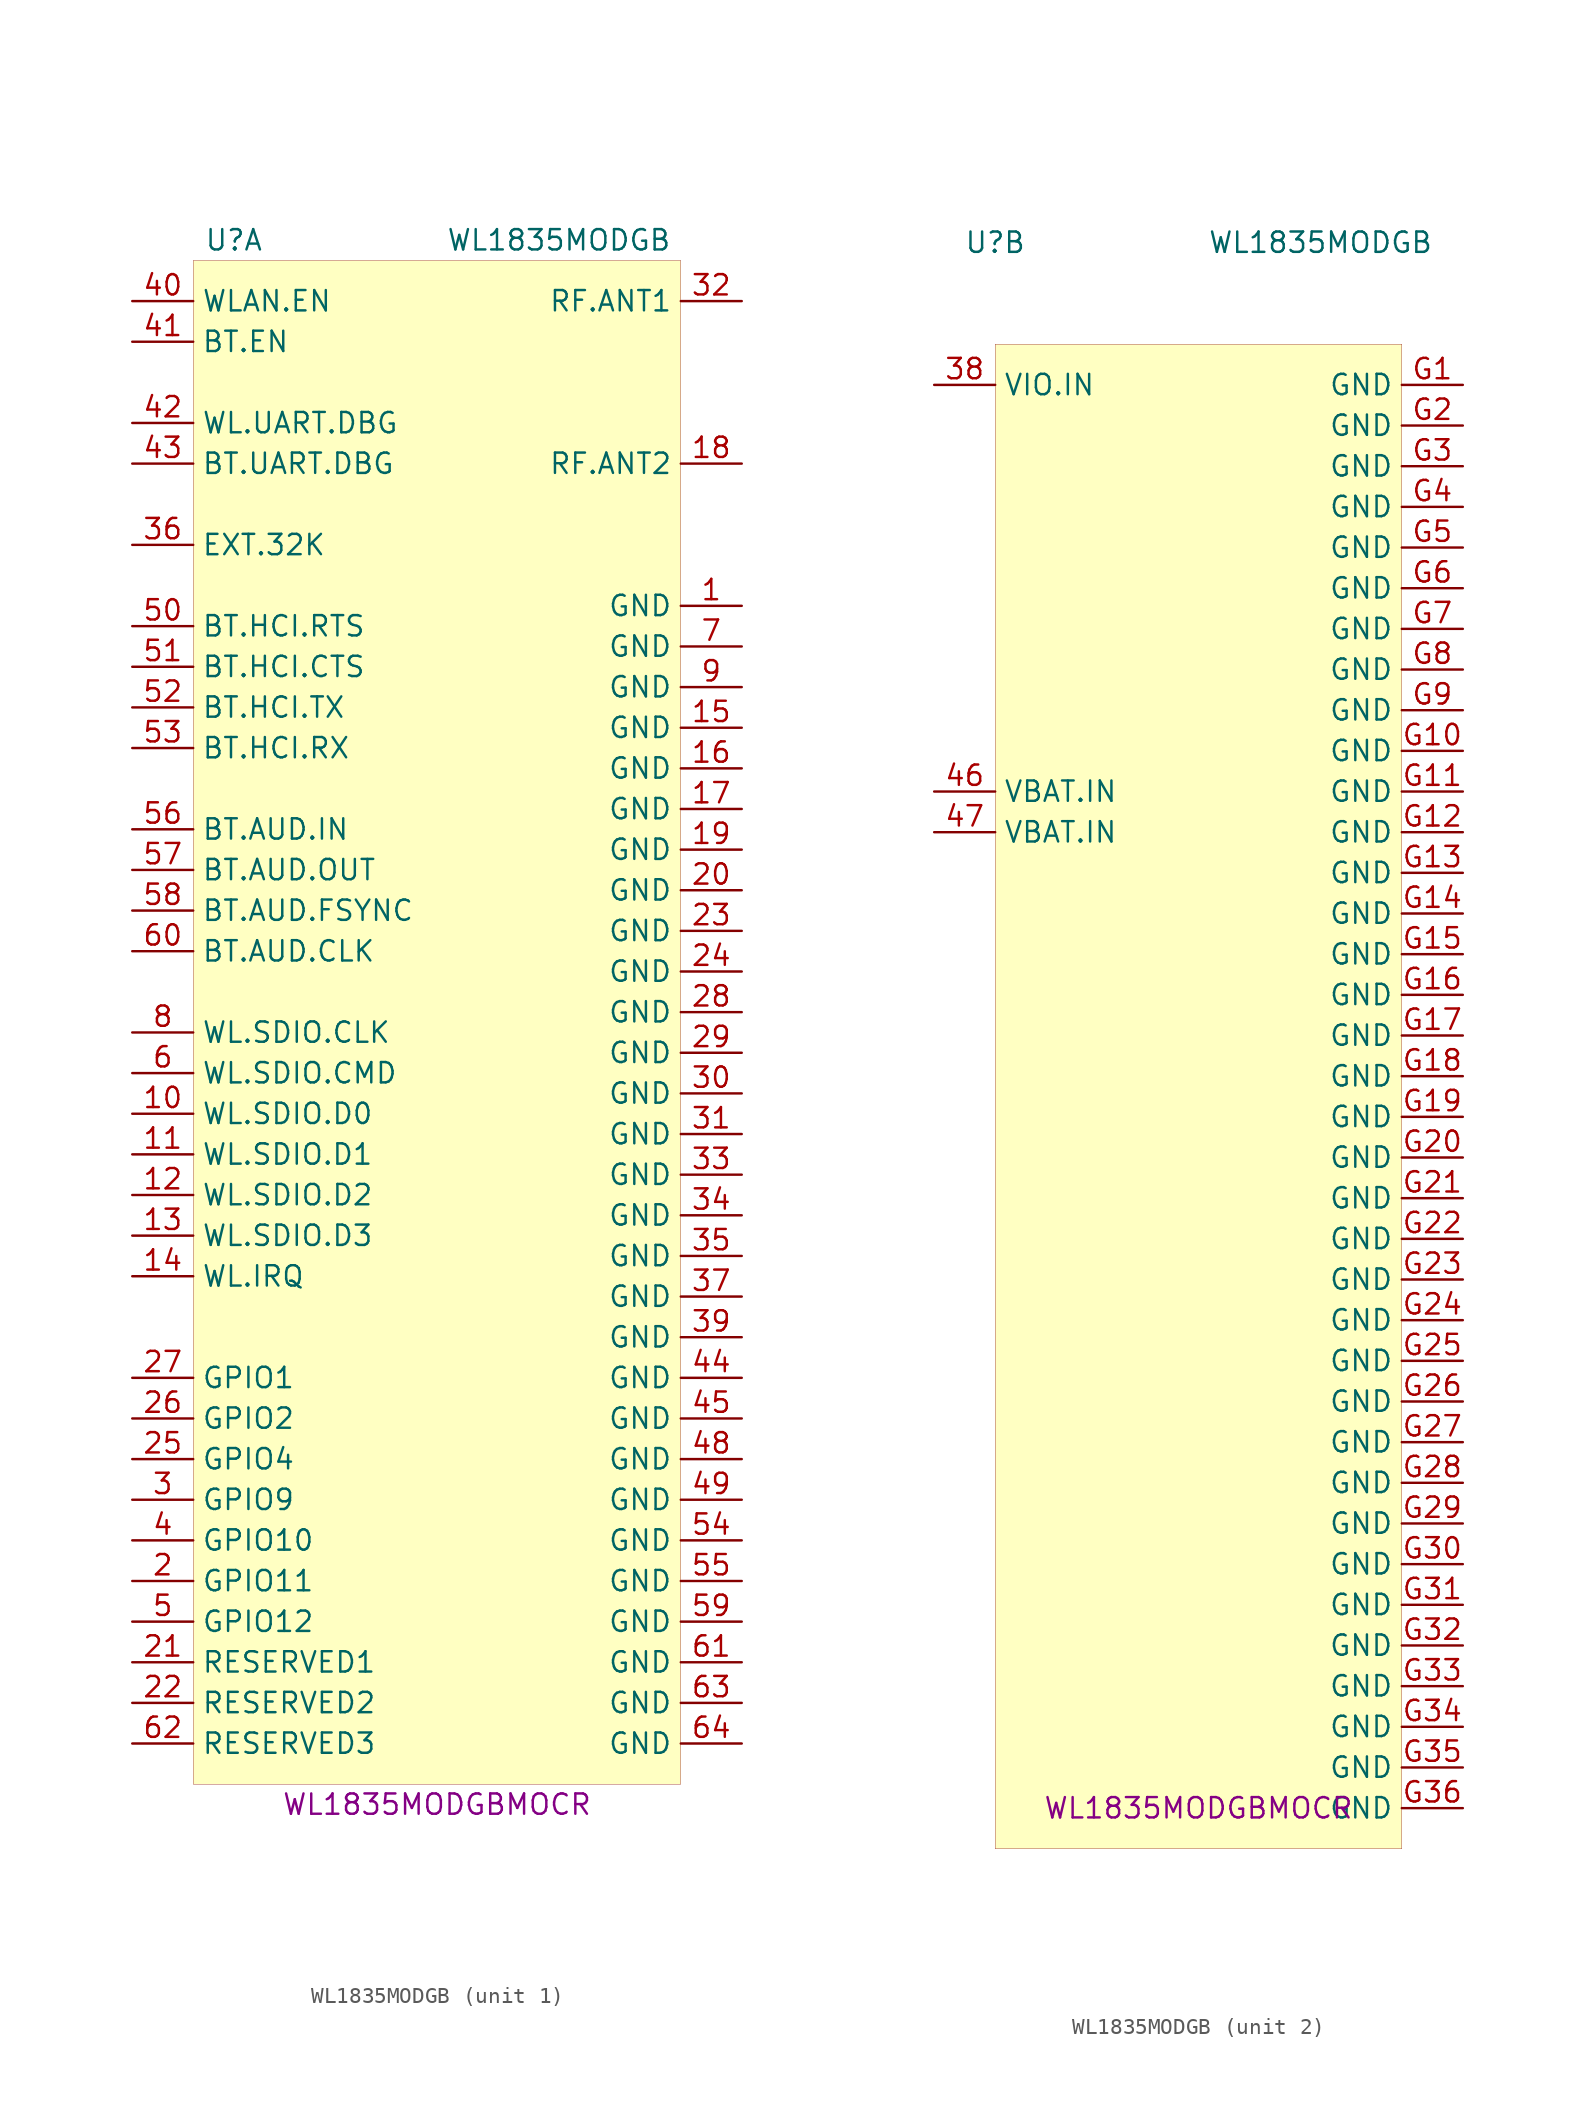
<source format=kicad_sym>
(kicad_symbol_lib
  (version 20231120)
  (generator "kicad_symbol_editor")
  (generator_version "8.0")
  (symbol "WL1835MODGB"
    (property "Reference" "U"
      (at -12.7 46.99 0)
      (effects (font (size 1.27 1.27))))
    (property "Value" "WL1835MODGB"
      (at 7.62 46.99 0)
      (effects (font (size 1.27 1.27))))
    (property "MPN" "WL1835MODGBMOCR"
      (at 0 -50.8 0)
      (effects (font (size 1.27 1.27))))
    (property "ki_locked" ""
      (at 0 0 0)
      (effects (font (size 1.27 1.27))))
    (symbol "WL1835MODGB_1_1"
      (rectangle (start -15.24 -49.53) (end 15.24 45.72) (stroke (width 0.001) (type default)) (fill (type background)))
      (pin power_in line (at 19.05 24.13 180) (length 3.81) (name "GND" (effects (font (size 1.27 1.27)))) (number "1" (effects (font (size 1.27 1.27)))))
      (pin bidirectional line (at -19.05 -7.62 0) (length 3.81) (name "WL.SDIO.D0" (effects (font (size 1.27 1.27)))) (number "10" (effects (font (size 1.27 1.27)))))
      (pin bidirectional line (at -19.05 -10.16 0) (length 3.81) (name "WL.SDIO.D1" (effects (font (size 1.27 1.27)))) (number "11" (effects (font (size 1.27 1.27)))))
      (pin bidirectional line (at -19.05 -12.7 0) (length 3.81) (name "WL.SDIO.D2" (effects (font (size 1.27 1.27)))) (number "12" (effects (font (size 1.27 1.27)))))
      (pin bidirectional line (at -19.05 -15.24 0) (length 3.81) (name "WL.SDIO.D3" (effects (font (size 1.27 1.27)))) (number "13" (effects (font (size 1.27 1.27)))))
      (pin bidirectional line (at -19.05 -17.78 0) (length 3.81) (name "WL.IRQ" (effects (font (size 1.27 1.27)))) (number "14" (effects (font (size 1.27 1.27)))))
      (pin power_in line (at 19.05 16.51 180) (length 3.81) (name "GND" (effects (font (size 1.27 1.27)))) (number "15" (effects (font (size 1.27 1.27)))))
      (pin power_in line (at 19.05 13.97 180) (length 3.81) (name "GND" (effects (font (size 1.27 1.27)))) (number "16" (effects (font (size 1.27 1.27)))))
      (pin power_in line (at 19.05 11.43 180) (length 3.81) (name "GND" (effects (font (size 1.27 1.27)))) (number "17" (effects (font (size 1.27 1.27)))))
      (pin passive line (at 19.05 33.02 180) (length 3.81) (name "RF.ANT2" (effects (font (size 1.27 1.27)))) (number "18" (effects (font (size 1.27 1.27)))))
      (pin power_in line (at 19.05 8.89 180) (length 3.81) (name "GND" (effects (font (size 1.27 1.27)))) (number "19" (effects (font (size 1.27 1.27)))))
      (pin bidirectional line (at -19.05 -36.83 0) (length 3.81) (name "GPIO11" (effects (font (size 1.27 1.27)))) (number "2" (effects (font (size 1.27 1.27)))))
      (pin power_in line (at 19.05 6.35 180) (length 3.81) (name "GND" (effects (font (size 1.27 1.27)))) (number "20" (effects (font (size 1.27 1.27)))))
      (pin input line (at -19.05 -41.91 0) (length 3.81) (name "RESERVED1" (effects (font (size 1.27 1.27)))) (number "21" (effects (font (size 1.27 1.27)))))
      (pin input line (at -19.05 -44.45 0) (length 3.81) (name "RESERVED2" (effects (font (size 1.27 1.27)))) (number "22" (effects (font (size 1.27 1.27)))))
      (pin power_in line (at 19.05 3.81 180) (length 3.81) (name "GND" (effects (font (size 1.27 1.27)))) (number "23" (effects (font (size 1.27 1.27)))))
      (pin power_in line (at 19.05 1.27 180) (length 3.81) (name "GND" (effects (font (size 1.27 1.27)))) (number "24" (effects (font (size 1.27 1.27)))))
      (pin bidirectional line (at -19.05 -29.21 0) (length 3.81) (name "GPIO4" (effects (font (size 1.27 1.27)))) (number "25" (effects (font (size 1.27 1.27)))))
      (pin bidirectional line (at -19.05 -26.67 0) (length 3.81) (name "GPIO2" (effects (font (size 1.27 1.27)))) (number "26" (effects (font (size 1.27 1.27)))))
      (pin bidirectional line (at -19.05 -24.13 0) (length 3.81) (name "GPIO1" (effects (font (size 1.27 1.27)))) (number "27" (effects (font (size 1.27 1.27)))))
      (pin power_in line (at 19.05 -1.27 180) (length 3.81) (name "GND" (effects (font (size 1.27 1.27)))) (number "28" (effects (font (size 1.27 1.27)))))
      (pin power_in line (at 19.05 -3.81 180) (length 3.81) (name "GND" (effects (font (size 1.27 1.27)))) (number "29" (effects (font (size 1.27 1.27)))))
      (pin bidirectional line (at -19.05 -31.75 0) (length 3.81) (name "GPIO9" (effects (font (size 1.27 1.27)))) (number "3" (effects (font (size 1.27 1.27)))))
      (pin power_in line (at 19.05 -6.35 180) (length 3.81) (name "GND" (effects (font (size 1.27 1.27)))) (number "30" (effects (font (size 1.27 1.27)))))
      (pin power_in line (at 19.05 -8.89 180) (length 3.81) (name "GND" (effects (font (size 1.27 1.27)))) (number "31" (effects (font (size 1.27 1.27)))))
      (pin passive line (at 19.05 43.18 180) (length 3.81) (name "RF.ANT1" (effects (font (size 1.27 1.27)))) (number "32" (effects (font (size 1.27 1.27)))))
      (pin power_in line (at 19.05 -11.43 180) (length 3.81) (name "GND" (effects (font (size 1.27 1.27)))) (number "33" (effects (font (size 1.27 1.27)))))
      (pin power_in line (at 19.05 -13.97 180) (length 3.81) (name "GND" (effects (font (size 1.27 1.27)))) (number "34" (effects (font (size 1.27 1.27)))))
      (pin power_in line (at 19.05 -16.51 180) (length 3.81) (name "GND" (effects (font (size 1.27 1.27)))) (number "35" (effects (font (size 1.27 1.27)))))
      (pin passive line (at -19.05 27.94 0) (length 3.81) (name "EXT.32K" (effects (font (size 1.27 1.27)))) (number "36" (effects (font (size 1.27 1.27)))))
      (pin power_in line (at 19.05 -19.05 180) (length 3.81) (name "GND" (effects (font (size 1.27 1.27)))) (number "37" (effects (font (size 1.27 1.27)))))
      (pin power_in line (at 19.05 -21.59 180) (length 3.81) (name "GND" (effects (font (size 1.27 1.27)))) (number "39" (effects (font (size 1.27 1.27)))))
      (pin bidirectional line (at -19.05 -34.29 0) (length 3.81) (name "GPIO10" (effects (font (size 1.27 1.27)))) (number "4" (effects (font (size 1.27 1.27)))))
      (pin input line (at -19.05 43.18 0) (length 3.81) (name "WLAN.EN" (effects (font (size 1.27 1.27)))) (number "40" (effects (font (size 1.27 1.27)))))
      (pin input line (at -19.05 40.64 0) (length 3.81) (name "BT.EN" (effects (font (size 1.27 1.27)))) (number "41" (effects (font (size 1.27 1.27)))))
      (pin output line (at -19.05 35.56 0) (length 3.81) (name "WL.UART.DBG" (effects (font (size 1.27 1.27)))) (number "42" (effects (font (size 1.27 1.27)))))
      (pin output line (at -19.05 33.02 0) (length 3.81) (name "BT.UART.DBG" (effects (font (size 1.27 1.27)))) (number "43" (effects (font (size 1.27 1.27)))))
      (pin power_in line (at 19.05 -24.13 180) (length 3.81) (name "GND" (effects (font (size 1.27 1.27)))) (number "44" (effects (font (size 1.27 1.27)))))
      (pin power_in line (at 19.05 -26.67 180) (length 3.81) (name "GND" (effects (font (size 1.27 1.27)))) (number "45" (effects (font (size 1.27 1.27)))))
      (pin power_in line (at 19.05 -29.21 180) (length 3.81) (name "GND" (effects (font (size 1.27 1.27)))) (number "48" (effects (font (size 1.27 1.27)))))
      (pin power_in line (at 19.05 -31.75 180) (length 3.81) (name "GND" (effects (font (size 1.27 1.27)))) (number "49" (effects (font (size 1.27 1.27)))))
      (pin bidirectional line (at -19.05 -39.37 0) (length 3.81) (name "GPIO12" (effects (font (size 1.27 1.27)))) (number "5" (effects (font (size 1.27 1.27)))))
      (pin output line (at -19.05 22.86 0) (length 3.81) (name "BT.HCI.RTS" (effects (font (size 1.27 1.27)))) (number "50" (effects (font (size 1.27 1.27)))))
      (pin input line (at -19.05 20.32 0) (length 3.81) (name "BT.HCI.CTS" (effects (font (size 1.27 1.27)))) (number "51" (effects (font (size 1.27 1.27)))))
      (pin output line (at -19.05 17.78 0) (length 3.81) (name "BT.HCI.TX" (effects (font (size 1.27 1.27)))) (number "52" (effects (font (size 1.27 1.27)))))
      (pin input line (at -19.05 15.24 0) (length 3.81) (name "BT.HCI.RX" (effects (font (size 1.27 1.27)))) (number "53" (effects (font (size 1.27 1.27)))))
      (pin power_in line (at 19.05 -34.29 180) (length 3.81) (name "GND" (effects (font (size 1.27 1.27)))) (number "54" (effects (font (size 1.27 1.27)))))
      (pin power_in line (at 19.05 -36.83 180) (length 3.81) (name "GND" (effects (font (size 1.27 1.27)))) (number "55" (effects (font (size 1.27 1.27)))))
      (pin input line (at -19.05 10.16 0) (length 3.81) (name "BT.AUD.IN" (effects (font (size 1.27 1.27)))) (number "56" (effects (font (size 1.27 1.27)))))
      (pin output line (at -19.05 7.62 0) (length 3.81) (name "BT.AUD.OUT" (effects (font (size 1.27 1.27)))) (number "57" (effects (font (size 1.27 1.27)))))
      (pin bidirectional line (at -19.05 5.08 0) (length 3.81) (name "BT.AUD.FSYNC" (effects (font (size 1.27 1.27)))) (number "58" (effects (font (size 1.27 1.27)))))
      (pin power_in line (at 19.05 -39.37 180) (length 3.81) (name "GND" (effects (font (size 1.27 1.27)))) (number "59" (effects (font (size 1.27 1.27)))))
      (pin bidirectional line (at -19.05 -5.08 0) (length 3.81) (name "WL.SDIO.CMD" (effects (font (size 1.27 1.27)))) (number "6" (effects (font (size 1.27 1.27)))))
      (pin bidirectional line (at -19.05 2.54 0) (length 3.81) (name "BT.AUD.CLK" (effects (font (size 1.27 1.27)))) (number "60" (effects (font (size 1.27 1.27)))))
      (pin power_in line (at 19.05 -41.91 180) (length 3.81) (name "GND" (effects (font (size 1.27 1.27)))) (number "61" (effects (font (size 1.27 1.27)))))
      (pin output line (at -19.05 -46.99 0) (length 3.81) (name "RESERVED3" (effects (font (size 1.27 1.27)))) (number "62" (effects (font (size 1.27 1.27)))))
      (pin power_in line (at 19.05 -44.45 180) (length 3.81) (name "GND" (effects (font (size 1.27 1.27)))) (number "63" (effects (font (size 1.27 1.27)))))
      (pin power_in line (at 19.05 -46.99 180) (length 3.81) (name "GND" (effects (font (size 1.27 1.27)))) (number "64" (effects (font (size 1.27 1.27)))))
      (pin power_in line (at 19.05 21.59 180) (length 3.81) (name "GND" (effects (font (size 1.27 1.27)))) (number "7" (effects (font (size 1.27 1.27)))))
      (pin input line (at -19.05 -2.54 0) (length 3.81) (name "WL.SDIO.CLK" (effects (font (size 1.27 1.27)))) (number "8" (effects (font (size 1.27 1.27)))))
      (pin power_in line (at 19.05 19.05 180) (length 3.81) (name "GND" (effects (font (size 1.27 1.27)))) (number "9" (effects (font (size 1.27 1.27))))))
    (symbol "WL1835MODGB_2_1"
      (rectangle (start -12.7 40.64) (end 12.7 -53.34) (stroke (width 0.001) (type default)) (fill (type background)))
      (pin power_in line (at -16.51 38.1 0) (length 3.81) (name "VIO.IN" (effects (font (size 1.27 1.27)))) (number "38" (effects (font (size 1.27 1.27)))))
      (pin power_in line (at -16.51 12.7 0) (length 3.81) (name "VBAT.IN" (effects (font (size 1.27 1.27)))) (number "46" (effects (font (size 1.27 1.27)))))
      (pin power_in line (at -16.51 10.16 0) (length 3.81) (name "VBAT.IN" (effects (font (size 1.27 1.27)))) (number "47" (effects (font (size 1.27 1.27)))))
      (pin power_in line (at 16.51 38.1 180) (length 3.81) (name "GND" (effects (font (size 1.27 1.27)))) (number "G1" (effects (font (size 1.27 1.27)))))
      (pin power_in line (at 16.51 15.24 180) (length 3.81) (name "GND" (effects (font (size 1.27 1.27)))) (number "G10" (effects (font (size 1.27 1.27)))))
      (pin power_in line (at 16.51 12.7 180) (length 3.81) (name "GND" (effects (font (size 1.27 1.27)))) (number "G11" (effects (font (size 1.27 1.27)))))
      (pin power_in line (at 16.51 10.16 180) (length 3.81) (name "GND" (effects (font (size 1.27 1.27)))) (number "G12" (effects (font (size 1.27 1.27)))))
      (pin power_in line (at 16.51 7.62 180) (length 3.81) (name "GND" (effects (font (size 1.27 1.27)))) (number "G13" (effects (font (size 1.27 1.27)))))
      (pin power_in line (at 16.51 5.08 180) (length 3.81) (name "GND" (effects (font (size 1.27 1.27)))) (number "G14" (effects (font (size 1.27 1.27)))))
      (pin power_in line (at 16.51 2.54 180) (length 3.81) (name "GND" (effects (font (size 1.27 1.27)))) (number "G15" (effects (font (size 1.27 1.27)))))
      (pin power_in line (at 16.51 0 180) (length 3.81) (name "GND" (effects (font (size 1.27 1.27)))) (number "G16" (effects (font (size 1.27 1.27)))))
      (pin power_in line (at 16.51 -2.54 180) (length 3.81) (name "GND" (effects (font (size 1.27 1.27)))) (number "G17" (effects (font (size 1.27 1.27)))))
      (pin power_in line (at 16.51 -5.08 180) (length 3.81) (name "GND" (effects (font (size 1.27 1.27)))) (number "G18" (effects (font (size 1.27 1.27)))))
      (pin power_in line (at 16.51 -7.62 180) (length 3.81) (name "GND" (effects (font (size 1.27 1.27)))) (number "G19" (effects (font (size 1.27 1.27)))))
      (pin power_in line (at 16.51 35.56 180) (length 3.81) (name "GND" (effects (font (size 1.27 1.27)))) (number "G2" (effects (font (size 1.27 1.27)))))
      (pin power_in line (at 16.51 -10.16 180) (length 3.81) (name "GND" (effects (font (size 1.27 1.27)))) (number "G20" (effects (font (size 1.27 1.27)))))
      (pin power_in line (at 16.51 -12.7 180) (length 3.81) (name "GND" (effects (font (size 1.27 1.27)))) (number "G21" (effects (font (size 1.27 1.27)))))
      (pin power_in line (at 16.51 -15.24 180) (length 3.81) (name "GND" (effects (font (size 1.27 1.27)))) (number "G22" (effects (font (size 1.27 1.27)))))
      (pin power_in line (at 16.51 -17.78 180) (length 3.81) (name "GND" (effects (font (size 1.27 1.27)))) (number "G23" (effects (font (size 1.27 1.27)))))
      (pin power_in line (at 16.51 -20.32 180) (length 3.81) (name "GND" (effects (font (size 1.27 1.27)))) (number "G24" (effects (font (size 1.27 1.27)))))
      (pin power_in line (at 16.51 -22.86 180) (length 3.81) (name "GND" (effects (font (size 1.27 1.27)))) (number "G25" (effects (font (size 1.27 1.27)))))
      (pin power_in line (at 16.51 -25.4 180) (length 3.81) (name "GND" (effects (font (size 1.27 1.27)))) (number "G26" (effects (font (size 1.27 1.27)))))
      (pin power_in line (at 16.51 -27.94 180) (length 3.81) (name "GND" (effects (font (size 1.27 1.27)))) (number "G27" (effects (font (size 1.27 1.27)))))
      (pin power_in line (at 16.51 -30.48 180) (length 3.81) (name "GND" (effects (font (size 1.27 1.27)))) (number "G28" (effects (font (size 1.27 1.27)))))
      (pin power_in line (at 16.51 -33.02 180) (length 3.81) (name "GND" (effects (font (size 1.27 1.27)))) (number "G29" (effects (font (size 1.27 1.27)))))
      (pin power_in line (at 16.51 33.02 180) (length 3.81) (name "GND" (effects (font (size 1.27 1.27)))) (number "G3" (effects (font (size 1.27 1.27)))))
      (pin power_in line (at 16.51 -35.56 180) (length 3.81) (name "GND" (effects (font (size 1.27 1.27)))) (number "G30" (effects (font (size 1.27 1.27)))))
      (pin power_in line (at 16.51 -38.1 180) (length 3.81) (name "GND" (effects (font (size 1.27 1.27)))) (number "G31" (effects (font (size 1.27 1.27)))))
      (pin power_in line (at 16.51 -40.64 180) (length 3.81) (name "GND" (effects (font (size 1.27 1.27)))) (number "G32" (effects (font (size 1.27 1.27)))))
      (pin power_in line (at 16.51 -43.18 180) (length 3.81) (name "GND" (effects (font (size 1.27 1.27)))) (number "G33" (effects (font (size 1.27 1.27)))))
      (pin power_in line (at 16.51 -45.72 180) (length 3.81) (name "GND" (effects (font (size 1.27 1.27)))) (number "G34" (effects (font (size 1.27 1.27)))))
      (pin power_in line (at 16.51 -48.26 180) (length 3.81) (name "GND" (effects (font (size 1.27 1.27)))) (number "G35" (effects (font (size 1.27 1.27)))))
      (pin power_in line (at 16.51 -50.8 180) (length 3.81) (name "GND" (effects (font (size 1.27 1.27)))) (number "G36" (effects (font (size 1.27 1.27)))))
      (pin power_in line (at 16.51 30.48 180) (length 3.81) (name "GND" (effects (font (size 1.27 1.27)))) (number "G4" (effects (font (size 1.27 1.27)))))
      (pin power_in line (at 16.51 27.94 180) (length 3.81) (name "GND" (effects (font (size 1.27 1.27)))) (number "G5" (effects (font (size 1.27 1.27)))))
      (pin power_in line (at 16.51 25.4 180) (length 3.81) (name "GND" (effects (font (size 1.27 1.27)))) (number "G6" (effects (font (size 1.27 1.27)))))
      (pin power_in line (at 16.51 22.86 180) (length 3.81) (name "GND" (effects (font (size 1.27 1.27)))) (number "G7" (effects (font (size 1.27 1.27)))))
      (pin power_in line (at 16.51 20.32 180) (length 3.81) (name "GND" (effects (font (size 1.27 1.27)))) (number "G8" (effects (font (size 1.27 1.27)))))
      (pin power_in line (at 16.51 17.78 180) (length 3.81) (name "GND" (effects (font (size 1.27 1.27)))) (number "G9" (effects (font (size 1.27 1.27))))))))
</source>
